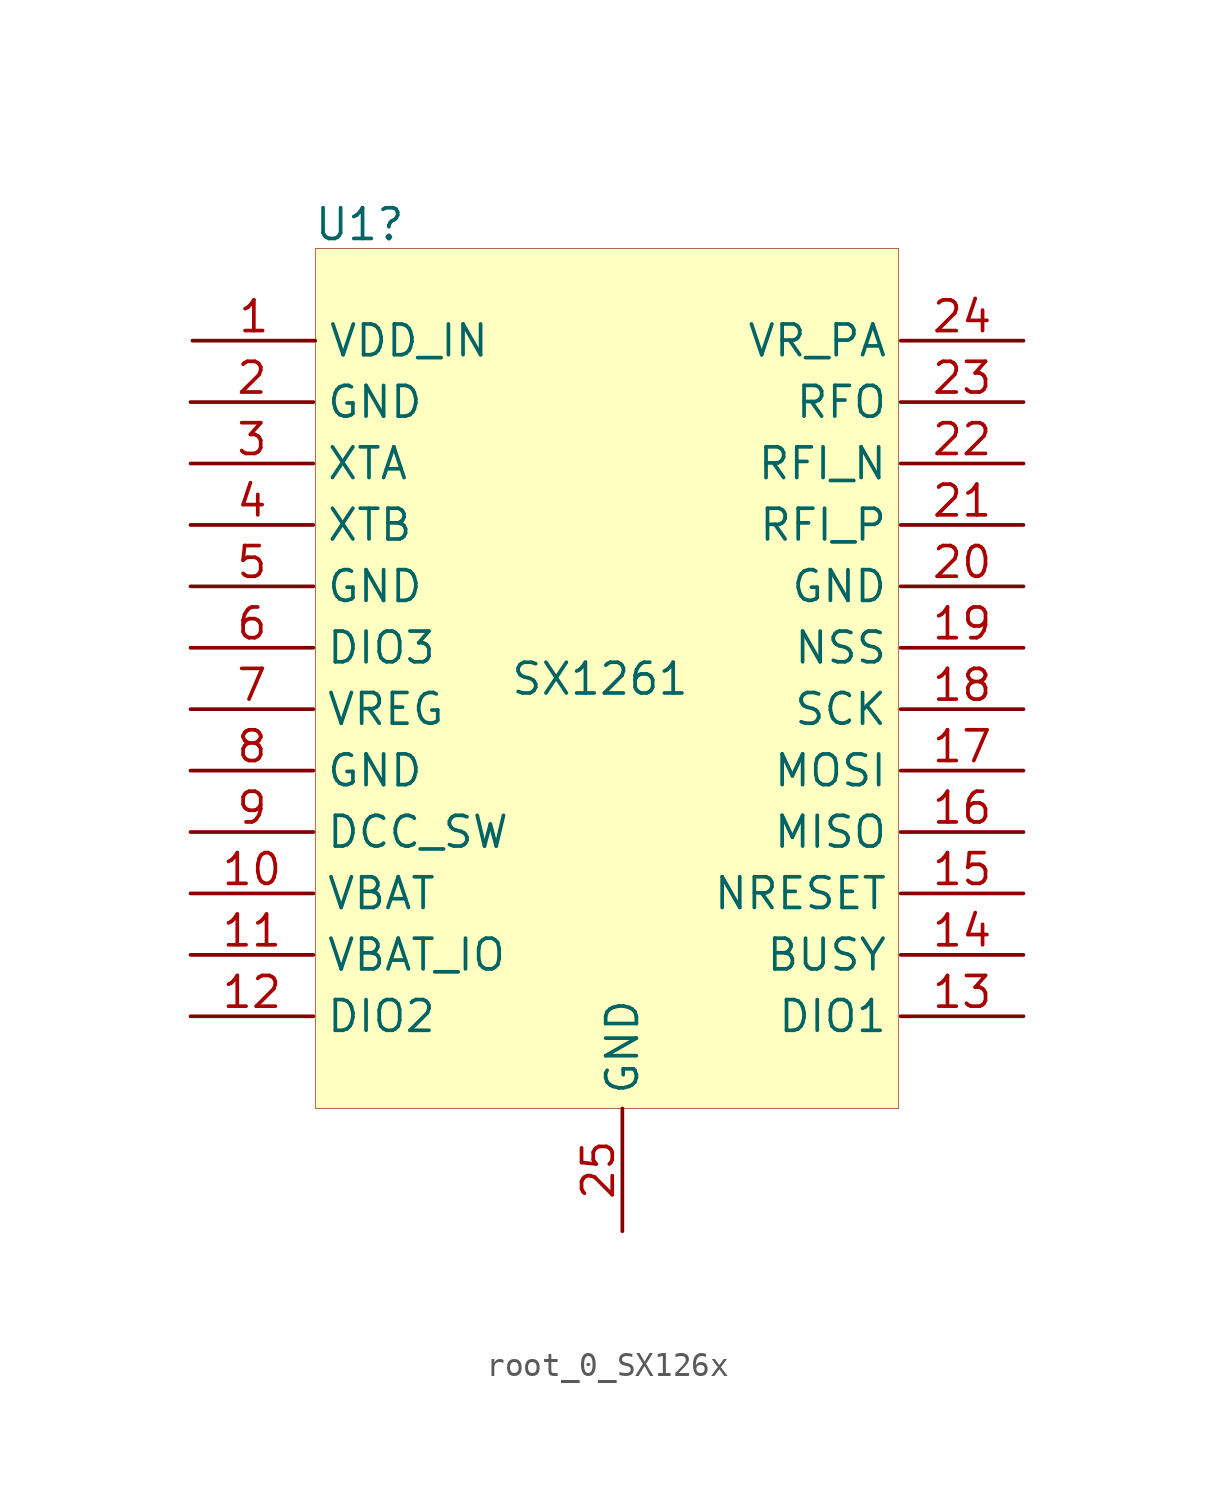
<source format=kicad_sym>
(kicad_symbol_lib
  (version 20231120)
  (generator "kicad_symbol_editor")
  (generator_version "8.0")
  (symbol "root_0_SX126x"
    (property "Reference" "U1"
      (at -12.7 19.304 0)
      (effects (font (size 1.27 1.27)) (justify left bottom)))
    (property "Value" "SX1261"
      (at -4.572 0.508 0)
      (effects (font (size 1.27 1.27)) (justify left bottom)))
    (symbol "root_0_SX126x_1_0"
      (rectangle (start -12.62 19.05) (end 11.51 -16.51) (stroke (width 0.025) (type solid) (color 128 0 0 1)) (fill (type background)))
      (pin power_in line (at -17.7 15.24 0) (length 5.08) (name "VDD_IN" (effects (font (size 1.27 1.27)))) (number "1" (effects (font (size 1.27 1.27)))))
      (pin power_in line (at -17.78 -7.62 0) (length 5.08) (name "VBAT" (effects (font (size 1.27 1.27)))) (number "10" (effects (font (size 1.27 1.27)))))
      (pin power_in line (at -17.78 -10.16 0) (length 5.08) (name "VBAT_IO" (effects (font (size 1.27 1.27)))) (number "11" (effects (font (size 1.27 1.27)))))
      (pin passive line (at -17.78 -12.7 0) (length 5.08) (name "DIO2" (effects (font (size 1.27 1.27)))) (number "12" (effects (font (size 1.27 1.27)))))
      (pin passive line (at 16.67 -12.7 180) (length 5.08) (name "DIO1" (effects (font (size 1.27 1.27)))) (number "13" (effects (font (size 1.27 1.27)))))
      (pin passive line (at 16.67 -10.16 180) (length 5.08) (name "BUSY" (effects (font (size 1.27 1.27)))) (number "14" (effects (font (size 1.27 1.27)))))
      (pin passive line (at 16.67 -7.62 180) (length 5.08) (name "NRESET" (effects (font (size 1.27 1.27)))) (number "15" (effects (font (size 1.27 1.27)))))
      (pin passive line (at 16.67 -5.08 180) (length 5.08) (name "MISO" (effects (font (size 1.27 1.27)))) (number "16" (effects (font (size 1.27 1.27)))))
      (pin passive line (at 16.67 -2.54 180) (length 5.08) (name "MOSI" (effects (font (size 1.27 1.27)))) (number "17" (effects (font (size 1.27 1.27)))))
      (pin passive line (at 16.67 0 180) (length 5.08) (name "SCK" (effects (font (size 1.27 1.27)))) (number "18" (effects (font (size 1.27 1.27)))))
      (pin passive line (at 16.67 2.54 180) (length 5.08) (name "NSS" (effects (font (size 1.27 1.27)))) (number "19" (effects (font (size 1.27 1.27)))))
      (pin passive line (at -17.78 12.7 0) (length 5.08) (name "GND" (effects (font (size 1.27 1.27)))) (number "2" (effects (font (size 1.27 1.27)))))
      (pin passive line (at 16.67 5.08 180) (length 5.08) (name "GND" (effects (font (size 1.27 1.27)))) (number "20" (effects (font (size 1.27 1.27)))))
      (pin passive line (at 16.67 7.62 180) (length 5.08) (name "RFI_P" (effects (font (size 1.27 1.27)))) (number "21" (effects (font (size 1.27 1.27)))))
      (pin passive line (at 16.67 10.16 180) (length 5.08) (name "RFI_N" (effects (font (size 1.27 1.27)))) (number "22" (effects (font (size 1.27 1.27)))))
      (pin passive line (at 16.67 12.7 180) (length 5.08) (name "RFO" (effects (font (size 1.27 1.27)))) (number "23" (effects (font (size 1.27 1.27)))))
      (pin power_in line (at 16.67 15.24 180) (length 5.08) (name "VR_PA" (effects (font (size 1.27 1.27)))) (number "24" (effects (font (size 1.27 1.27)))))
      (pin passive line (at 0.08 -21.59 90) (length 5.08) (name "GND" (effects (font (size 1.27 1.27)))) (number "25" (effects (font (size 1.27 1.27)))))
      (pin passive line (at -17.78 10.16 0) (length 5.08) (name "XTA" (effects (font (size 1.27 1.27)))) (number "3" (effects (font (size 1.27 1.27)))))
      (pin passive line (at -17.78 7.62 0) (length 5.08) (name "XTB" (effects (font (size 1.27 1.27)))) (number "4" (effects (font (size 1.27 1.27)))))
      (pin passive line (at -17.78 5.08 0) (length 5.08) (name "GND" (effects (font (size 1.27 1.27)))) (number "5" (effects (font (size 1.27 1.27)))))
      (pin passive line (at -17.78 2.54 0) (length 5.08) (name "DIO3" (effects (font (size 1.27 1.27)))) (number "6" (effects (font (size 1.27 1.27)))))
      (pin power_in line (at -17.78 0 0) (length 5.08) (name "VREG" (effects (font (size 1.27 1.27)))) (number "7" (effects (font (size 1.27 1.27)))))
      (pin passive line (at -17.78 -2.54 0) (length 5.08) (name "GND" (effects (font (size 1.27 1.27)))) (number "8" (effects (font (size 1.27 1.27)))))
      (pin power_in line (at -17.78 -5.08 0) (length 5.08) (name "DCC_SW" (effects (font (size 1.27 1.27)))) (number "9" (effects (font (size 1.27 1.27))))))))
</source>
